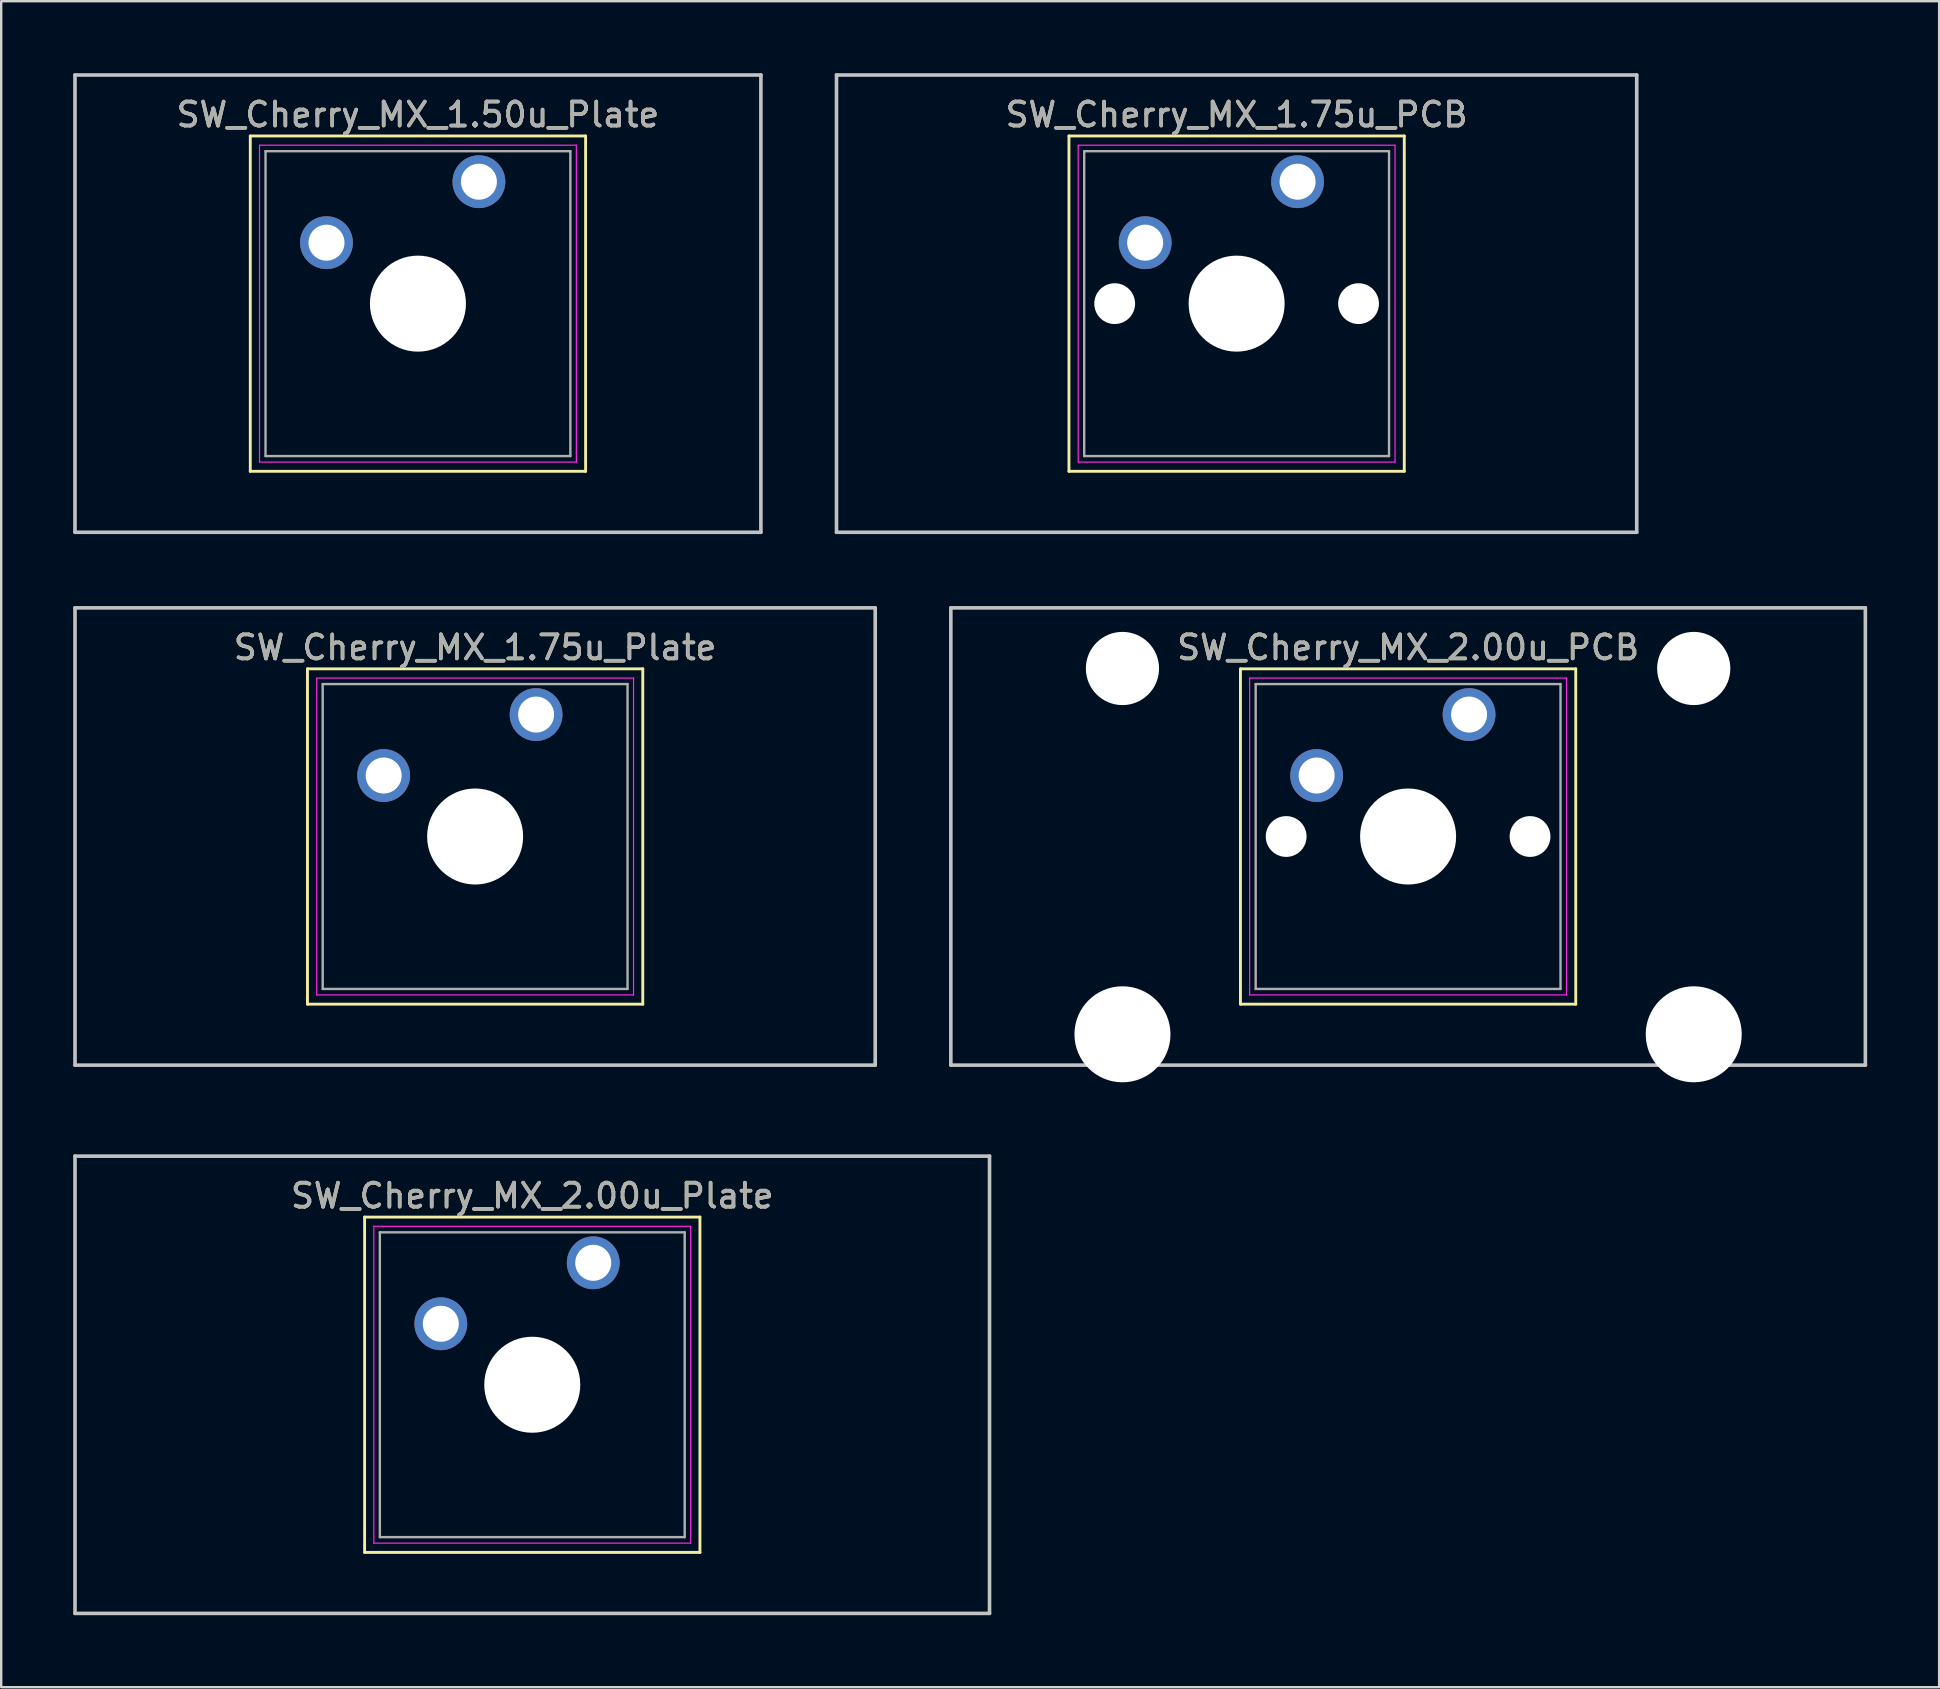
<source format=kicad_pcb>
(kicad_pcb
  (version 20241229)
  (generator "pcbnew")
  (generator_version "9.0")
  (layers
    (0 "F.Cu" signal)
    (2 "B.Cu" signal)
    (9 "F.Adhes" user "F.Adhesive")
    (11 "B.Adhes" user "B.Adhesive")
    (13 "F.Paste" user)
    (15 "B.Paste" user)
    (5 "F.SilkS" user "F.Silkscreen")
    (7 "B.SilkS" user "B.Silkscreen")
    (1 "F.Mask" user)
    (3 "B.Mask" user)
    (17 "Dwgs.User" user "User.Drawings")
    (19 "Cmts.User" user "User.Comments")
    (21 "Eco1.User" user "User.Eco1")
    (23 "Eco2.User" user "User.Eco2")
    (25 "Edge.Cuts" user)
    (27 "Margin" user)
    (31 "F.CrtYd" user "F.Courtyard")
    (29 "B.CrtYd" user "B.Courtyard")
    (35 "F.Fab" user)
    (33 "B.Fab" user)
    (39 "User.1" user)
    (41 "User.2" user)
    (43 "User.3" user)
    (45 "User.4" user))
  (footprint "SW_Cherry_MX_1.75u_Plate"
    (layer "F.Cu")
    (at 19.284 26.72)
    (property "Reference" "SW_Cherry_MX_1.75u_Plate" (at -2.54 -2.794 0) (layer "F.SilkS") (effects (font (size 1 1) (thickness 0.15))))
    (attr through_hole)
    (fp_line (start -9.525 -1.905) (end 4.445 -1.905) (stroke (width 0.12) (type solid)) (layer "F.SilkS"))
    (fp_line (start -9.525 12.065) (end -9.525 -1.905) (stroke (width 0.12) (type solid)) (layer "F.SilkS"))
    (fp_line (start 4.445 -1.905) (end 4.445 12.065) (stroke (width 0.12) (type solid)) (layer "F.SilkS"))
    (fp_line (start 4.445 12.065) (end -9.525 12.065) (stroke (width 0.12) (type solid)) (layer "F.SilkS"))
    (fp_line (start -19.209 -4.445) (end 14.129 -4.445) (stroke (width 0.15) (type solid)) (layer "Dwgs.User"))
    (fp_line (start -19.209 14.605) (end -19.209 -4.445) (stroke (width 0.15) (type solid)) (layer "Dwgs.User"))
    (fp_line (start 14.129 -4.445) (end 14.129 14.605) (stroke (width 0.15) (type solid)) (layer "Dwgs.User"))
    (fp_line (start 14.129 14.605) (end -19.209 14.605) (stroke (width 0.15) (type solid)) (layer "Dwgs.User"))
    (fp_line (start -9.14 -1.52) (end 4.06 -1.52) (stroke (width 0.05) (type solid)) (layer "F.CrtYd"))
    (fp_line (start -9.14 11.68) (end -9.14 -1.52) (stroke (width 0.05) (type solid)) (layer "F.CrtYd"))
    (fp_line (start 4.06 -1.52) (end 4.06 11.68) (stroke (width 0.05) (type solid)) (layer "F.CrtYd"))
    (fp_line (start 4.06 11.68) (end -9.14 11.68) (stroke (width 0.05) (type solid)) (layer "F.CrtYd"))
    (fp_line (start -8.89 -1.27) (end 3.81 -1.27) (stroke (width 0.1) (type solid)) (layer "F.Fab"))
    (fp_line (start -8.89 11.43) (end -8.89 -1.27) (stroke (width 0.1) (type solid)) (layer "F.Fab"))
    (fp_line (start 3.81 -1.27) (end 3.81 11.43) (stroke (width 0.1) (type solid)) (layer "F.Fab"))
    (fp_line (start 3.81 11.43) (end -8.89 11.43) (stroke (width 0.1) (type solid)) (layer "F.Fab"))
    (fp_text user "${REFERENCE}" (at -2.54 -2.794 0) (layer "F.Fab") (effects (font (size 1 1) (thickness 0.15))))
    (pad "" np_thru_hole circle (at -2.54 5.08) (size 4 4) (drill 4) (layers "*.Cu" "*.Mask"))
    (pad "1" thru_hole circle (at 0 0) (size 2.2 2.2) (drill 1.5) (layers "*.Cu" "*.Mask"))
    (pad "2" thru_hole circle (at -6.35 2.54) (size 2.2 2.2) (drill 1.5) (layers "*.Cu" "*.Mask")))
  (footprint "SW_Cherry_MX_1.75u_PCB"
    (layer "F.Cu")
    (at 51.009 4.52)
    (property "Reference" "SW_Cherry_MX_1.75u_PCB" (at -2.54 -2.794 0) (layer "F.SilkS") (effects (font (size 1 1) (thickness 0.15))))
    (attr through_hole)
    (fp_line (start -9.525 -1.905) (end 4.445 -1.905) (stroke (width 0.12) (type solid)) (layer "F.SilkS"))
    (fp_line (start -9.525 12.065) (end -9.525 -1.905) (stroke (width 0.12) (type solid)) (layer "F.SilkS"))
    (fp_line (start 4.445 -1.905) (end 4.445 12.065) (stroke (width 0.12) (type solid)) (layer "F.SilkS"))
    (fp_line (start 4.445 12.065) (end -9.525 12.065) (stroke (width 0.12) (type solid)) (layer "F.SilkS"))
    (fp_line (start -19.209 -4.445) (end 14.129 -4.445) (stroke (width 0.15) (type solid)) (layer "Dwgs.User"))
    (fp_line (start -19.209 14.605) (end -19.209 -4.445) (stroke (width 0.15) (type solid)) (layer "Dwgs.User"))
    (fp_line (start 14.129 -4.445) (end 14.129 14.605) (stroke (width 0.15) (type solid)) (layer "Dwgs.User"))
    (fp_line (start 14.129 14.605) (end -19.209 14.605) (stroke (width 0.15) (type solid)) (layer "Dwgs.User"))
    (fp_line (start -9.14 -1.52) (end 4.06 -1.52) (stroke (width 0.05) (type solid)) (layer "F.CrtYd"))
    (fp_line (start -9.14 11.68) (end -9.14 -1.52) (stroke (width 0.05) (type solid)) (layer "F.CrtYd"))
    (fp_line (start 4.06 -1.52) (end 4.06 11.68) (stroke (width 0.05) (type solid)) (layer "F.CrtYd"))
    (fp_line (start 4.06 11.68) (end -9.14 11.68) (stroke (width 0.05) (type solid)) (layer "F.CrtYd"))
    (fp_line (start -8.89 -1.27) (end 3.81 -1.27) (stroke (width 0.1) (type solid)) (layer "F.Fab"))
    (fp_line (start -8.89 11.43) (end -8.89 -1.27) (stroke (width 0.1) (type solid)) (layer "F.Fab"))
    (fp_line (start 3.81 -1.27) (end 3.81 11.43) (stroke (width 0.1) (type solid)) (layer "F.Fab"))
    (fp_line (start 3.81 11.43) (end -8.89 11.43) (stroke (width 0.1) (type solid)) (layer "F.Fab"))
    (fp_text user "${REFERENCE}" (at -2.54 -2.794 0) (layer "F.Fab") (effects (font (size 1 1) (thickness 0.15))))
    (pad "" np_thru_hole circle (at -7.62 5.08) (size 1.7 1.7) (drill 1.7) (layers "*.Cu" "*.Mask"))
    (pad "" np_thru_hole circle (at -2.54 5.08) (size 4 4) (drill 4) (layers "*.Cu" "*.Mask"))
    (pad "" np_thru_hole circle (at 2.54 5.08) (size 1.7 1.7) (drill 1.7) (layers "*.Cu" "*.Mask"))
    (pad "1" thru_hole circle (at 0 0) (size 2.2 2.2) (drill 1.5) (layers "*.Cu" "*.Mask"))
    (pad "2" thru_hole circle (at -6.35 2.54) (size 2.2 2.2) (drill 1.5) (layers "*.Cu" "*.Mask")))
  (footprint "SW_Cherry_MX_2.00u_Plate"
    (layer "F.Cu")
    (at 21.665 49.56)
    (property "Reference" "SW_Cherry_MX_2.00u_Plate" (at -2.54 -2.794 0) (layer "F.SilkS") (effects (font (size 1 1) (thickness 0.15))))
    (attr through_hole)
    (fp_line (start -9.525 -1.905) (end 4.445 -1.905) (stroke (width 0.12) (type solid)) (layer "F.SilkS"))
    (fp_line (start -9.525 12.065) (end -9.525 -1.905) (stroke (width 0.12) (type solid)) (layer "F.SilkS"))
    (fp_line (start 4.445 -1.905) (end 4.445 12.065) (stroke (width 0.12) (type solid)) (layer "F.SilkS"))
    (fp_line (start 4.445 12.065) (end -9.525 12.065) (stroke (width 0.12) (type solid)) (layer "F.SilkS"))
    (fp_line (start -21.59 -4.445) (end 16.51 -4.445) (stroke (width 0.15) (type solid)) (layer "Dwgs.User"))
    (fp_line (start -21.59 14.605) (end -21.59 -4.445) (stroke (width 0.15) (type solid)) (layer "Dwgs.User"))
    (fp_line (start 16.51 -4.445) (end 16.51 14.605) (stroke (width 0.15) (type solid)) (layer "Dwgs.User"))
    (fp_line (start 16.51 14.605) (end -21.59 14.605) (stroke (width 0.15) (type solid)) (layer "Dwgs.User"))
    (fp_line (start -9.14 -1.52) (end 4.06 -1.52) (stroke (width 0.05) (type solid)) (layer "F.CrtYd"))
    (fp_line (start -9.14 11.68) (end -9.14 -1.52) (stroke (width 0.05) (type solid)) (layer "F.CrtYd"))
    (fp_line (start 4.06 -1.52) (end 4.06 11.68) (stroke (width 0.05) (type solid)) (layer "F.CrtYd"))
    (fp_line (start 4.06 11.68) (end -9.14 11.68) (stroke (width 0.05) (type solid)) (layer "F.CrtYd"))
    (fp_line (start -8.89 -1.27) (end 3.81 -1.27) (stroke (width 0.1) (type solid)) (layer "F.Fab"))
    (fp_line (start -8.89 11.43) (end -8.89 -1.27) (stroke (width 0.1) (type solid)) (layer "F.Fab"))
    (fp_line (start 3.81 -1.27) (end 3.81 11.43) (stroke (width 0.1) (type solid)) (layer "F.Fab"))
    (fp_line (start 3.81 11.43) (end -8.89 11.43) (stroke (width 0.1) (type solid)) (layer "F.Fab"))
    (fp_text user "${REFERENCE}" (at -2.54 -2.794 0) (layer "F.Fab") (effects (font (size 1 1) (thickness 0.15))))
    (pad "" np_thru_hole circle (at -2.54 5.08) (size 4 4) (drill 4) (layers "*.Cu" "*.Mask"))
    (pad "1" thru_hole circle (at 0 0) (size 2.2 2.2) (drill 1.5) (layers "*.Cu" "*.Mask"))
    (pad "2" thru_hole circle (at -6.35 2.54) (size 2.2 2.2) (drill 1.5) (layers "*.Cu" "*.Mask")))
  (footprint "SW_Cherry_MX_2.00u_PCB"
    (layer "F.Cu")
    (at 58.153 26.72)
    (property "Reference" "SW_Cherry_MX_2.00u_PCB" (at -2.54 -2.794 0) (layer "F.SilkS") (effects (font (size 1 1) (thickness 0.15))))
    (attr through_hole)
    (fp_line (start -9.525 -1.905) (end 4.445 -1.905) (stroke (width 0.12) (type solid)) (layer "F.SilkS"))
    (fp_line (start -9.525 12.065) (end -9.525 -1.905) (stroke (width 0.12) (type solid)) (layer "F.SilkS"))
    (fp_line (start 4.445 -1.905) (end 4.445 12.065) (stroke (width 0.12) (type solid)) (layer "F.SilkS"))
    (fp_line (start 4.445 12.065) (end -9.525 12.065) (stroke (width 0.12) (type solid)) (layer "F.SilkS"))
    (fp_line (start -21.59 -4.445) (end 16.51 -4.445) (stroke (width 0.15) (type solid)) (layer "Dwgs.User"))
    (fp_line (start -21.59 14.605) (end -21.59 -4.445) (stroke (width 0.15) (type solid)) (layer "Dwgs.User"))
    (fp_line (start 16.51 -4.445) (end 16.51 14.605) (stroke (width 0.15) (type solid)) (layer "Dwgs.User"))
    (fp_line (start 16.51 14.605) (end -21.59 14.605) (stroke (width 0.15) (type solid)) (layer "Dwgs.User"))
    (fp_line (start -9.14 -1.52) (end 4.06 -1.52) (stroke (width 0.05) (type solid)) (layer "F.CrtYd"))
    (fp_line (start -9.14 11.68) (end -9.14 -1.52) (stroke (width 0.05) (type solid)) (layer "F.CrtYd"))
    (fp_line (start 4.06 -1.52) (end 4.06 11.68) (stroke (width 0.05) (type solid)) (layer "F.CrtYd"))
    (fp_line (start 4.06 11.68) (end -9.14 11.68) (stroke (width 0.05) (type solid)) (layer "F.CrtYd"))
    (fp_line (start -8.89 -1.27) (end 3.81 -1.27) (stroke (width 0.1) (type solid)) (layer "F.Fab"))
    (fp_line (start -8.89 11.43) (end -8.89 -1.27) (stroke (width 0.1) (type solid)) (layer "F.Fab"))
    (fp_line (start 3.81 -1.27) (end 3.81 11.43) (stroke (width 0.1) (type solid)) (layer "F.Fab"))
    (fp_line (start 3.81 11.43) (end -8.89 11.43) (stroke (width 0.1) (type solid)) (layer "F.Fab"))
    (fp_text user "${REFERENCE}" (at -2.54 -2.794 0) (layer "F.Fab") (effects (font (size 1 1) (thickness 0.15))))
    (pad "" np_thru_hole circle (at -14.44 -1.92) (size 3.05 3.05) (drill 3.05) (layers "*.Cu" "*.Mask"))
    (pad "" np_thru_hole circle (at -14.44 13.32) (size 4 4) (drill 4) (layers "*.Cu" "*.Mask"))
    (pad "" np_thru_hole circle (at -7.62 5.08) (size 1.7 1.7) (drill 1.7) (layers "*.Cu" "*.Mask"))
    (pad "" np_thru_hole circle (at -2.54 5.08) (size 4 4) (drill 4) (layers "*.Cu" "*.Mask"))
    (pad "" np_thru_hole circle (at 2.54 5.08) (size 1.7 1.7) (drill 1.7) (layers "*.Cu" "*.Mask"))
    (pad "" np_thru_hole circle (at 9.36 -1.92) (size 3.05 3.05) (drill 3.05) (layers "*.Cu" "*.Mask"))
    (pad "" np_thru_hole circle (at 9.36 13.32) (size 4 4) (drill 4) (layers "*.Cu" "*.Mask"))
    (pad "1" thru_hole circle (at 0 0) (size 2.2 2.2) (drill 1.5) (layers "*.Cu" "*.Mask"))
    (pad "2" thru_hole circle (at -6.35 2.54) (size 2.2 2.2) (drill 1.5) (layers "*.Cu" "*.Mask")))
  (footprint "SW_Cherry_MX_1.50u_Plate"
    (layer "F.Cu")
    (at 16.902 4.52)
    (property "Reference" "SW_Cherry_MX_1.50u_Plate" (at -2.54 -2.794 0) (layer "F.SilkS") (effects (font (size 1 1) (thickness 0.15))))
    (attr through_hole)
    (fp_line (start -9.525 -1.905) (end 4.445 -1.905) (stroke (width 0.12) (type solid)) (layer "F.SilkS"))
    (fp_line (start -9.525 12.065) (end -9.525 -1.905) (stroke (width 0.12) (type solid)) (layer "F.SilkS"))
    (fp_line (start 4.445 -1.905) (end 4.445 12.065) (stroke (width 0.12) (type solid)) (layer "F.SilkS"))
    (fp_line (start 4.445 12.065) (end -9.525 12.065) (stroke (width 0.12) (type solid)) (layer "F.SilkS"))
    (fp_line (start -16.828 -4.445) (end 11.748 -4.445) (stroke (width 0.15) (type solid)) (layer "Dwgs.User"))
    (fp_line (start -16.828 14.605) (end -16.828 -4.445) (stroke (width 0.15) (type solid)) (layer "Dwgs.User"))
    (fp_line (start 11.748 -4.445) (end 11.748 14.605) (stroke (width 0.15) (type solid)) (layer "Dwgs.User"))
    (fp_line (start 11.748 14.605) (end -16.828 14.605) (stroke (width 0.15) (type solid)) (layer "Dwgs.User"))
    (fp_line (start -9.14 -1.52) (end 4.06 -1.52) (stroke (width 0.05) (type solid)) (layer "F.CrtYd"))
    (fp_line (start -9.14 11.68) (end -9.14 -1.52) (stroke (width 0.05) (type solid)) (layer "F.CrtYd"))
    (fp_line (start 4.06 -1.52) (end 4.06 11.68) (stroke (width 0.05) (type solid)) (layer "F.CrtYd"))
    (fp_line (start 4.06 11.68) (end -9.14 11.68) (stroke (width 0.05) (type solid)) (layer "F.CrtYd"))
    (fp_line (start -8.89 -1.27) (end 3.81 -1.27) (stroke (width 0.1) (type solid)) (layer "F.Fab"))
    (fp_line (start -8.89 11.43) (end -8.89 -1.27) (stroke (width 0.1) (type solid)) (layer "F.Fab"))
    (fp_line (start 3.81 -1.27) (end 3.81 11.43) (stroke (width 0.1) (type solid)) (layer "F.Fab"))
    (fp_line (start 3.81 11.43) (end -8.89 11.43) (stroke (width 0.1) (type solid)) (layer "F.Fab"))
    (fp_text user "${REFERENCE}" (at -2.54 -2.794 0) (layer "F.Fab") (effects (font (size 1 1) (thickness 0.15))))
    (pad "" np_thru_hole circle (at -2.54 5.08) (size 4 4) (drill 4) (layers "*.Cu" "*.Mask"))
    (pad "1" thru_hole circle (at 0 0) (size 2.2 2.2) (drill 1.5) (layers "*.Cu" "*.Mask"))
    (pad "2" thru_hole circle (at -6.35 2.54) (size 2.2 2.2) (drill 1.5) (layers "*.Cu" "*.Mask")))
  (gr_rect
    (start -3 -3)
    (end 77.737 67.24)
    (stroke (width 0.1) (type default))
    (fill no)
    (layer "Edge.Cuts")))
</source>
